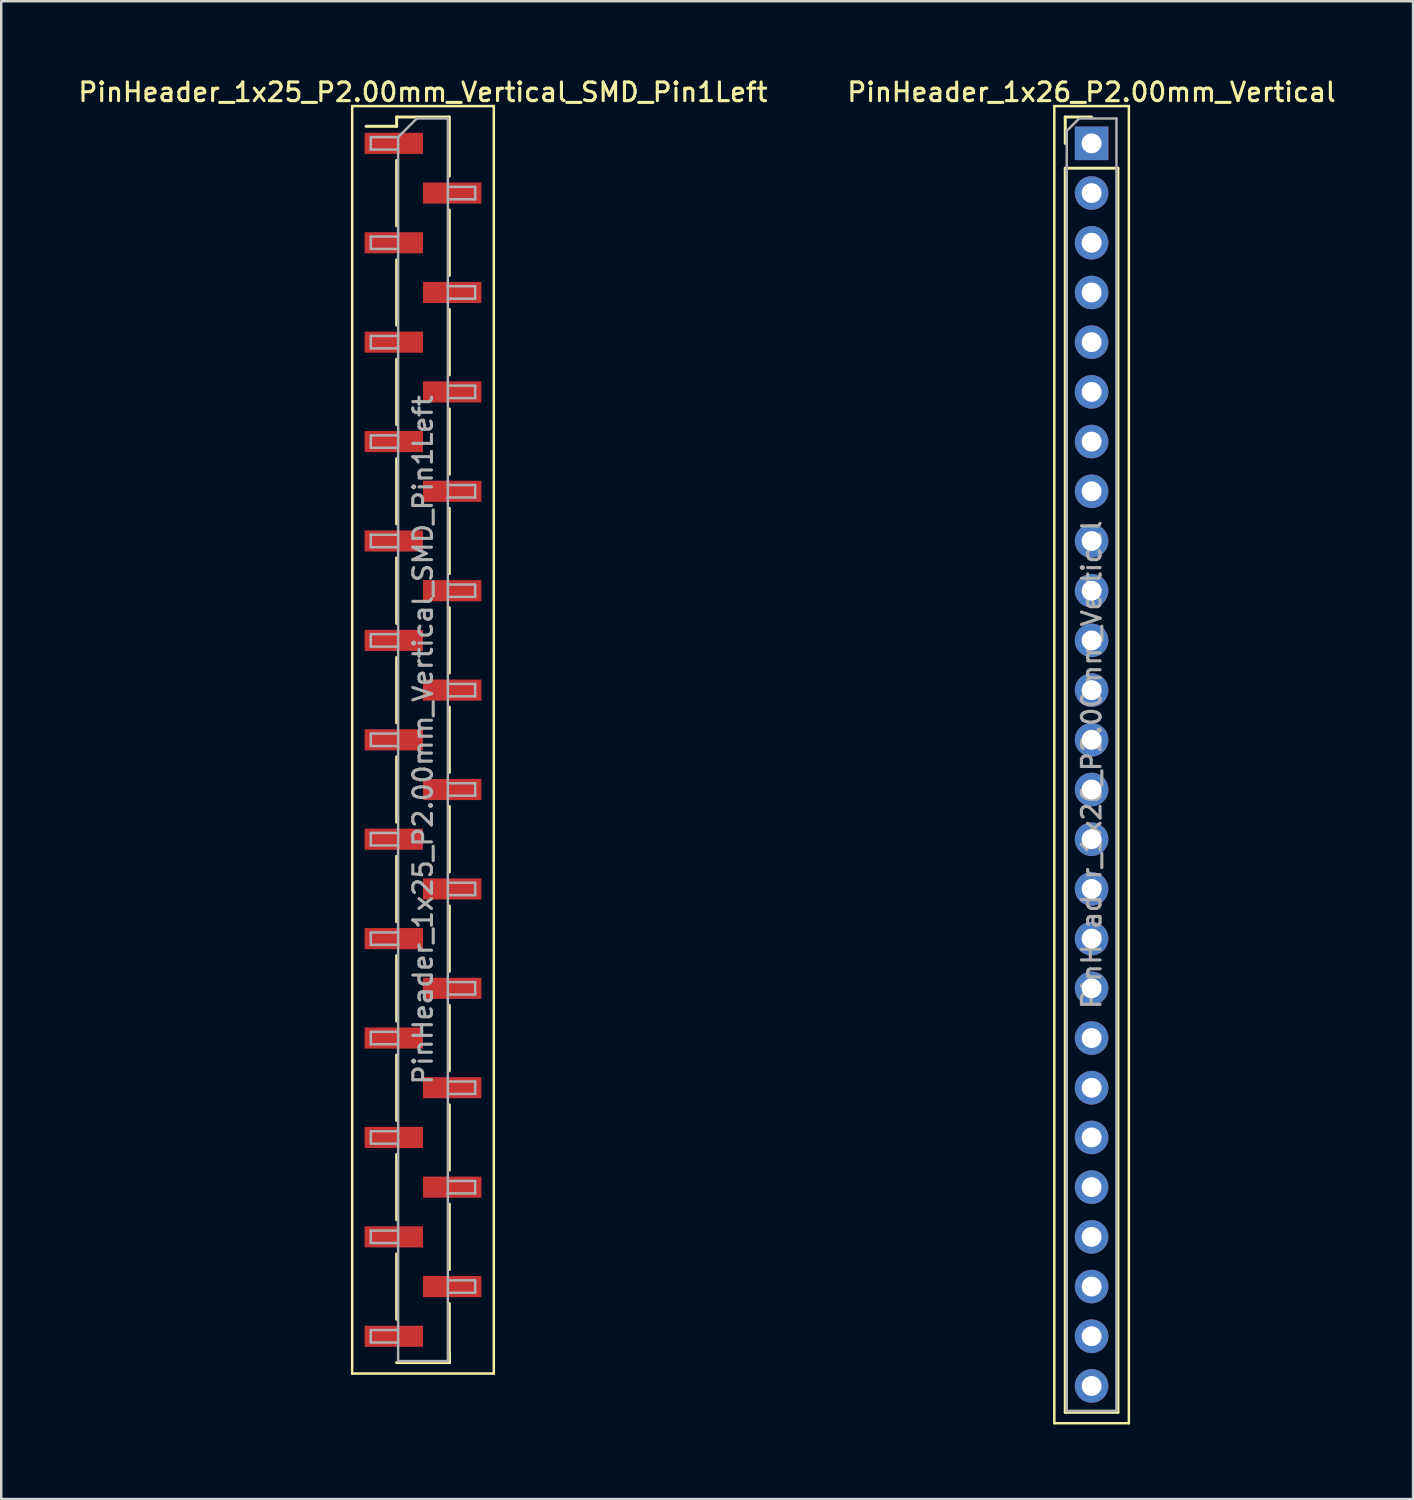
<source format=kicad_pcb>
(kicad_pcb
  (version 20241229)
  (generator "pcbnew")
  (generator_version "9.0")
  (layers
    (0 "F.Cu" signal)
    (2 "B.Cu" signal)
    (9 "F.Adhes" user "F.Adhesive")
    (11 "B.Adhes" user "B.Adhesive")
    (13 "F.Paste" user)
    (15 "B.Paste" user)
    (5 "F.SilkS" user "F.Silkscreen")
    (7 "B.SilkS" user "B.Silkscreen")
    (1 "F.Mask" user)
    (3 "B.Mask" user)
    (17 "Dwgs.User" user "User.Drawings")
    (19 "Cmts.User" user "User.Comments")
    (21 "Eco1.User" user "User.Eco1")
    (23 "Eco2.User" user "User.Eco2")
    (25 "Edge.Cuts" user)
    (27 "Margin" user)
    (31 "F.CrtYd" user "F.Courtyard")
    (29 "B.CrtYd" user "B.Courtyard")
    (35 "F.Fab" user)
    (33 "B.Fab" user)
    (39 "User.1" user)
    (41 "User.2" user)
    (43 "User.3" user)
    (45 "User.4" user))
  (footprint "PinHeader_1x25_P2.00mm_Vertical_SMD_Pin1Left"
    (layer "F.Cu")
    (at 13.97 26.718)
    (property "Reference" "PinHeader_1x25_P2.00mm_Vertical_SMD_Pin1Left" (at 0 -26.06 0) (layer "F.SilkS") (effects (font (size 0.75 0.75) (thickness 0.125))))
    (attr smd)
    (fp_line (start -2.85 -25.5) (end -2.85 25.5) (stroke (width 0.1) (type solid)) (layer "F.SilkS"))
    (fp_line (start -2.85 25.5) (end 2.85 25.5) (stroke (width 0.1) (type solid)) (layer "F.SilkS"))
    (fp_line (start -1.06 -25.06) (end -1.06 -24.685) (stroke (width 0.12) (type solid)) (layer "F.SilkS"))
    (fp_line (start -1.06 -25.06) (end 1.06 -25.06) (stroke (width 0.12) (type solid)) (layer "F.SilkS"))
    (fp_line (start -1.06 -24.685) (end -2.29 -24.685) (stroke (width 0.12) (type solid)) (layer "F.SilkS"))
    (fp_line (start -1.06 -23.315) (end -1.06 -20.685) (stroke (width 0.12) (type solid)) (layer "F.SilkS"))
    (fp_line (start -1.06 -19.315) (end -1.06 -16.685) (stroke (width 0.12) (type solid)) (layer "F.SilkS"))
    (fp_line (start -1.06 -15.315) (end -1.06 -12.685) (stroke (width 0.12) (type solid)) (layer "F.SilkS"))
    (fp_line (start -1.06 -11.315) (end -1.06 -8.685) (stroke (width 0.12) (type solid)) (layer "F.SilkS"))
    (fp_line (start -1.06 -7.315) (end -1.06 -4.685) (stroke (width 0.12) (type solid)) (layer "F.SilkS"))
    (fp_line (start -1.06 -3.315) (end -1.06 -0.685) (stroke (width 0.12) (type solid)) (layer "F.SilkS"))
    (fp_line (start -1.06 0.685) (end -1.06 3.315) (stroke (width 0.12) (type solid)) (layer "F.SilkS"))
    (fp_line (start -1.06 4.685) (end -1.06 7.315) (stroke (width 0.12) (type solid)) (layer "F.SilkS"))
    (fp_line (start -1.06 8.685) (end -1.06 11.315) (stroke (width 0.12) (type solid)) (layer "F.SilkS"))
    (fp_line (start -1.06 12.685) (end -1.06 15.315) (stroke (width 0.12) (type solid)) (layer "F.SilkS"))
    (fp_line (start -1.06 16.685) (end -1.06 19.315) (stroke (width 0.12) (type solid)) (layer "F.SilkS"))
    (fp_line (start -1.06 20.685) (end -1.06 23.315) (stroke (width 0.12) (type solid)) (layer "F.SilkS"))
    (fp_line (start -1.06 25.06) (end 1.06 25.06) (stroke (width 0.12) (type solid)) (layer "F.SilkS"))
    (fp_line (start 1.06 -25.06) (end 1.06 -22.685) (stroke (width 0.12) (type solid)) (layer "F.SilkS"))
    (fp_line (start 1.06 -21.315) (end 1.06 -18.685) (stroke (width 0.12) (type solid)) (layer "F.SilkS"))
    (fp_line (start 1.06 -17.315) (end 1.06 -14.685) (stroke (width 0.12) (type solid)) (layer "F.SilkS"))
    (fp_line (start 1.06 -13.315) (end 1.06 -10.685) (stroke (width 0.12) (type solid)) (layer "F.SilkS"))
    (fp_line (start 1.06 -9.315) (end 1.06 -6.685) (stroke (width 0.12) (type solid)) (layer "F.SilkS"))
    (fp_line (start 1.06 -5.315) (end 1.06 -2.685) (stroke (width 0.12) (type solid)) (layer "F.SilkS"))
    (fp_line (start 1.06 -1.315) (end 1.06 1.315) (stroke (width 0.12) (type solid)) (layer "F.SilkS"))
    (fp_line (start 1.06 2.685) (end 1.06 5.315) (stroke (width 0.12) (type solid)) (layer "F.SilkS"))
    (fp_line (start 1.06 6.685) (end 1.06 9.315) (stroke (width 0.12) (type solid)) (layer "F.SilkS"))
    (fp_line (start 1.06 10.685) (end 1.06 13.315) (stroke (width 0.12) (type solid)) (layer "F.SilkS"))
    (fp_line (start 1.06 14.685) (end 1.06 17.315) (stroke (width 0.12) (type solid)) (layer "F.SilkS"))
    (fp_line (start 1.06 18.685) (end 1.06 21.315) (stroke (width 0.12) (type solid)) (layer "F.SilkS"))
    (fp_line (start 1.06 22.685) (end 1.06 25.06) (stroke (width 0.12) (type solid)) (layer "F.SilkS"))
    (fp_line (start 1.06 24.685) (end 1.06 25.06) (stroke (width 0.12) (type solid)) (layer "F.SilkS"))
    (fp_line (start 2.85 -25.5) (end -2.85 -25.5) (stroke (width 0.1) (type solid)) (layer "F.SilkS"))
    (fp_line (start 2.85 25.5) (end 2.85 -25.5) (stroke (width 0.1) (type solid)) (layer "F.SilkS"))
    (fp_line (start -2.1 -24.25) (end -2.1 -23.75) (stroke (width 0.1) (type solid)) (layer "F.Fab"))
    (fp_line (start -2.1 -23.75) (end -1 -23.75) (stroke (width 0.1) (type solid)) (layer "F.Fab"))
    (fp_line (start -2.1 -20.25) (end -2.1 -19.75) (stroke (width 0.1) (type solid)) (layer "F.Fab"))
    (fp_line (start -2.1 -19.75) (end -1 -19.75) (stroke (width 0.1) (type solid)) (layer "F.Fab"))
    (fp_line (start -2.1 -16.25) (end -2.1 -15.75) (stroke (width 0.1) (type solid)) (layer "F.Fab"))
    (fp_line (start -2.1 -15.75) (end -1 -15.75) (stroke (width 0.1) (type solid)) (layer "F.Fab"))
    (fp_line (start -2.1 -12.25) (end -2.1 -11.75) (stroke (width 0.1) (type solid)) (layer "F.Fab"))
    (fp_line (start -2.1 -11.75) (end -1 -11.75) (stroke (width 0.1) (type solid)) (layer "F.Fab"))
    (fp_line (start -2.1 -8.25) (end -2.1 -7.75) (stroke (width 0.1) (type solid)) (layer "F.Fab"))
    (fp_line (start -2.1 -7.75) (end -1 -7.75) (stroke (width 0.1) (type solid)) (layer "F.Fab"))
    (fp_line (start -2.1 -4.25) (end -2.1 -3.75) (stroke (width 0.1) (type solid)) (layer "F.Fab"))
    (fp_line (start -2.1 -3.75) (end -1 -3.75) (stroke (width 0.1) (type solid)) (layer "F.Fab"))
    (fp_line (start -2.1 -0.25) (end -2.1 0.25) (stroke (width 0.1) (type solid)) (layer "F.Fab"))
    (fp_line (start -2.1 0.25) (end -1 0.25) (stroke (width 0.1) (type solid)) (layer "F.Fab"))
    (fp_line (start -2.1 3.75) (end -2.1 4.25) (stroke (width 0.1) (type solid)) (layer "F.Fab"))
    (fp_line (start -2.1 4.25) (end -1 4.25) (stroke (width 0.1) (type solid)) (layer "F.Fab"))
    (fp_line (start -2.1 7.75) (end -2.1 8.25) (stroke (width 0.1) (type solid)) (layer "F.Fab"))
    (fp_line (start -2.1 8.25) (end -1 8.25) (stroke (width 0.1) (type solid)) (layer "F.Fab"))
    (fp_line (start -2.1 11.75) (end -2.1 12.25) (stroke (width 0.1) (type solid)) (layer "F.Fab"))
    (fp_line (start -2.1 12.25) (end -1 12.25) (stroke (width 0.1) (type solid)) (layer "F.Fab"))
    (fp_line (start -2.1 15.75) (end -2.1 16.25) (stroke (width 0.1) (type solid)) (layer "F.Fab"))
    (fp_line (start -2.1 16.25) (end -1 16.25) (stroke (width 0.1) (type solid)) (layer "F.Fab"))
    (fp_line (start -2.1 19.75) (end -2.1 20.25) (stroke (width 0.1) (type solid)) (layer "F.Fab"))
    (fp_line (start -2.1 20.25) (end -1 20.25) (stroke (width 0.1) (type solid)) (layer "F.Fab"))
    (fp_line (start -2.1 23.75) (end -2.1 24.25) (stroke (width 0.1) (type solid)) (layer "F.Fab"))
    (fp_line (start -2.1 24.25) (end -1 24.25) (stroke (width 0.1) (type solid)) (layer "F.Fab"))
    (fp_line (start -1 -24.25) (end -2.1 -24.25) (stroke (width 0.1) (type solid)) (layer "F.Fab"))
    (fp_line (start -1 -24.25) (end -0.25 -25) (stroke (width 0.1) (type solid)) (layer "F.Fab"))
    (fp_line (start -1 -20.25) (end -2.1 -20.25) (stroke (width 0.1) (type solid)) (layer "F.Fab"))
    (fp_line (start -1 -16.25) (end -2.1 -16.25) (stroke (width 0.1) (type solid)) (layer "F.Fab"))
    (fp_line (start -1 -12.25) (end -2.1 -12.25) (stroke (width 0.1) (type solid)) (layer "F.Fab"))
    (fp_line (start -1 -8.25) (end -2.1 -8.25) (stroke (width 0.1) (type solid)) (layer "F.Fab"))
    (fp_line (start -1 -4.25) (end -2.1 -4.25) (stroke (width 0.1) (type solid)) (layer "F.Fab"))
    (fp_line (start -1 -0.25) (end -2.1 -0.25) (stroke (width 0.1) (type solid)) (layer "F.Fab"))
    (fp_line (start -1 3.75) (end -2.1 3.75) (stroke (width 0.1) (type solid)) (layer "F.Fab"))
    (fp_line (start -1 7.75) (end -2.1 7.75) (stroke (width 0.1) (type solid)) (layer "F.Fab"))
    (fp_line (start -1 11.75) (end -2.1 11.75) (stroke (width 0.1) (type solid)) (layer "F.Fab"))
    (fp_line (start -1 15.75) (end -2.1 15.75) (stroke (width 0.1) (type solid)) (layer "F.Fab"))
    (fp_line (start -1 19.75) (end -2.1 19.75) (stroke (width 0.1) (type solid)) (layer "F.Fab"))
    (fp_line (start -1 23.75) (end -2.1 23.75) (stroke (width 0.1) (type solid)) (layer "F.Fab"))
    (fp_line (start -1 25) (end -1 -24.25) (stroke (width 0.1) (type solid)) (layer "F.Fab"))
    (fp_line (start -0.25 -25) (end 1 -25) (stroke (width 0.1) (type solid)) (layer "F.Fab"))
    (fp_line (start 1 -25) (end 1 25) (stroke (width 0.1) (type solid)) (layer "F.Fab"))
    (fp_line (start 1 -22.25) (end 2.1 -22.25) (stroke (width 0.1) (type solid)) (layer "F.Fab"))
    (fp_line (start 1 -18.25) (end 2.1 -18.25) (stroke (width 0.1) (type solid)) (layer "F.Fab"))
    (fp_line (start 1 -14.25) (end 2.1 -14.25) (stroke (width 0.1) (type solid)) (layer "F.Fab"))
    (fp_line (start 1 -10.25) (end 2.1 -10.25) (stroke (width 0.1) (type solid)) (layer "F.Fab"))
    (fp_line (start 1 -6.25) (end 2.1 -6.25) (stroke (width 0.1) (type solid)) (layer "F.Fab"))
    (fp_line (start 1 -2.25) (end 2.1 -2.25) (stroke (width 0.1) (type solid)) (layer "F.Fab"))
    (fp_line (start 1 1.75) (end 2.1 1.75) (stroke (width 0.1) (type solid)) (layer "F.Fab"))
    (fp_line (start 1 5.75) (end 2.1 5.75) (stroke (width 0.1) (type solid)) (layer "F.Fab"))
    (fp_line (start 1 9.75) (end 2.1 9.75) (stroke (width 0.1) (type solid)) (layer "F.Fab"))
    (fp_line (start 1 13.75) (end 2.1 13.75) (stroke (width 0.1) (type solid)) (layer "F.Fab"))
    (fp_line (start 1 17.75) (end 2.1 17.75) (stroke (width 0.1) (type solid)) (layer "F.Fab"))
    (fp_line (start 1 21.75) (end 2.1 21.75) (stroke (width 0.1) (type solid)) (layer "F.Fab"))
    (fp_line (start 1 25) (end -1 25) (stroke (width 0.1) (type solid)) (layer "F.Fab"))
    (fp_line (start 2.1 -22.25) (end 2.1 -21.75) (stroke (width 0.1) (type solid)) (layer "F.Fab"))
    (fp_line (start 2.1 -21.75) (end 1 -21.75) (stroke (width 0.1) (type solid)) (layer "F.Fab"))
    (fp_line (start 2.1 -18.25) (end 2.1 -17.75) (stroke (width 0.1) (type solid)) (layer "F.Fab"))
    (fp_line (start 2.1 -17.75) (end 1 -17.75) (stroke (width 0.1) (type solid)) (layer "F.Fab"))
    (fp_line (start 2.1 -14.25) (end 2.1 -13.75) (stroke (width 0.1) (type solid)) (layer "F.Fab"))
    (fp_line (start 2.1 -13.75) (end 1 -13.75) (stroke (width 0.1) (type solid)) (layer "F.Fab"))
    (fp_line (start 2.1 -10.25) (end 2.1 -9.75) (stroke (width 0.1) (type solid)) (layer "F.Fab"))
    (fp_line (start 2.1 -9.75) (end 1 -9.75) (stroke (width 0.1) (type solid)) (layer "F.Fab"))
    (fp_line (start 2.1 -6.25) (end 2.1 -5.75) (stroke (width 0.1) (type solid)) (layer "F.Fab"))
    (fp_line (start 2.1 -5.75) (end 1 -5.75) (stroke (width 0.1) (type solid)) (layer "F.Fab"))
    (fp_line (start 2.1 -2.25) (end 2.1 -1.75) (stroke (width 0.1) (type solid)) (layer "F.Fab"))
    (fp_line (start 2.1 -1.75) (end 1 -1.75) (stroke (width 0.1) (type solid)) (layer "F.Fab"))
    (fp_line (start 2.1 1.75) (end 2.1 2.25) (stroke (width 0.1) (type solid)) (layer "F.Fab"))
    (fp_line (start 2.1 2.25) (end 1 2.25) (stroke (width 0.1) (type solid)) (layer "F.Fab"))
    (fp_line (start 2.1 5.75) (end 2.1 6.25) (stroke (width 0.1) (type solid)) (layer "F.Fab"))
    (fp_line (start 2.1 6.25) (end 1 6.25) (stroke (width 0.1) (type solid)) (layer "F.Fab"))
    (fp_line (start 2.1 9.75) (end 2.1 10.25) (stroke (width 0.1) (type solid)) (layer "F.Fab"))
    (fp_line (start 2.1 10.25) (end 1 10.25) (stroke (width 0.1) (type solid)) (layer "F.Fab"))
    (fp_line (start 2.1 13.75) (end 2.1 14.25) (stroke (width 0.1) (type solid)) (layer "F.Fab"))
    (fp_line (start 2.1 14.25) (end 1 14.25) (stroke (width 0.1) (type solid)) (layer "F.Fab"))
    (fp_line (start 2.1 17.75) (end 2.1 18.25) (stroke (width 0.1) (type solid)) (layer "F.Fab"))
    (fp_line (start 2.1 18.25) (end 1 18.25) (stroke (width 0.1) (type solid)) (layer "F.Fab"))
    (fp_line (start 2.1 21.75) (end 2.1 22.25) (stroke (width 0.1) (type solid)) (layer "F.Fab"))
    (fp_line (start 2.1 22.25) (end 1 22.25) (stroke (width 0.1) (type solid)) (layer "F.Fab"))
    (fp_text user "${REFERENCE}" (at 0 0 90) (layer "F.Fab") (effects (font (size 0.75 0.75) (thickness 0.125))))
    (pad "1" smd rect (at -1.175 -24) (size 2.35 0.85) (layers "F.Cu" "F.Mask" "F.Paste"))
    (pad "2" smd rect (at 1.175 -22) (size 2.35 0.85) (layers "F.Cu" "F.Mask" "F.Paste"))
    (pad "3" smd rect (at -1.175 -20) (size 2.35 0.85) (layers "F.Cu" "F.Mask" "F.Paste"))
    (pad "4" smd rect (at 1.175 -18) (size 2.35 0.85) (layers "F.Cu" "F.Mask" "F.Paste"))
    (pad "5" smd rect (at -1.175 -16) (size 2.35 0.85) (layers "F.Cu" "F.Mask" "F.Paste"))
    (pad "6" smd rect (at 1.175 -14) (size 2.35 0.85) (layers "F.Cu" "F.Mask" "F.Paste"))
    (pad "7" smd rect (at -1.175 -12) (size 2.35 0.85) (layers "F.Cu" "F.Mask" "F.Paste"))
    (pad "8" smd rect (at 1.175 -10) (size 2.35 0.85) (layers "F.Cu" "F.Mask" "F.Paste"))
    (pad "9" smd rect (at -1.175 -8) (size 2.35 0.85) (layers "F.Cu" "F.Mask" "F.Paste"))
    (pad "10" smd rect (at 1.175 -6) (size 2.35 0.85) (layers "F.Cu" "F.Mask" "F.Paste"))
    (pad "11" smd rect (at -1.175 -4) (size 2.35 0.85) (layers "F.Cu" "F.Mask" "F.Paste"))
    (pad "12" smd rect (at 1.175 -2) (size 2.35 0.85) (layers "F.Cu" "F.Mask" "F.Paste"))
    (pad "13" smd rect (at -1.175 0) (size 2.35 0.85) (layers "F.Cu" "F.Mask" "F.Paste"))
    (pad "14" smd rect (at 1.175 2) (size 2.35 0.85) (layers "F.Cu" "F.Mask" "F.Paste"))
    (pad "15" smd rect (at -1.175 4) (size 2.35 0.85) (layers "F.Cu" "F.Mask" "F.Paste"))
    (pad "16" smd rect (at 1.175 6) (size 2.35 0.85) (layers "F.Cu" "F.Mask" "F.Paste"))
    (pad "17" smd rect (at -1.175 8) (size 2.35 0.85) (layers "F.Cu" "F.Mask" "F.Paste"))
    (pad "18" smd rect (at 1.175 10) (size 2.35 0.85) (layers "F.Cu" "F.Mask" "F.Paste"))
    (pad "19" smd rect (at -1.175 12) (size 2.35 0.85) (layers "F.Cu" "F.Mask" "F.Paste"))
    (pad "20" smd rect (at 1.175 14) (size 2.35 0.85) (layers "F.Cu" "F.Mask" "F.Paste"))
    (pad "21" smd rect (at -1.175 16) (size 2.35 0.85) (layers "F.Cu" "F.Mask" "F.Paste"))
    (pad "22" smd rect (at 1.175 18) (size 2.35 0.85) (layers "F.Cu" "F.Mask" "F.Paste"))
    (pad "23" smd rect (at -1.175 20) (size 2.35 0.85) (layers "F.Cu" "F.Mask" "F.Paste"))
    (pad "24" smd rect (at 1.175 22) (size 2.35 0.85) (layers "F.Cu" "F.Mask" "F.Paste"))
    (pad "25" smd rect (at -1.175 24) (size 2.35 0.85) (layers "F.Cu" "F.Mask" "F.Paste")))
  (footprint "PinHeader_1x26_P2.00mm_Vertical"
    (layer "F.Cu")
    (at 40.873 2.718)
    (property "Reference" "PinHeader_1x26_P2.00mm_Vertical" (at 0 -2.06 0) (layer "F.SilkS") (effects (font (size 0.75 0.75) (thickness 0.125))))
    (attr through_hole)
    (fp_line (start -1.5 -1.5) (end -1.5 51.5) (stroke (width 0.1) (type solid)) (layer "F.SilkS"))
    (fp_line (start -1.5 51.5) (end 1.5 51.5) (stroke (width 0.1) (type solid)) (layer "F.SilkS"))
    (fp_line (start -1.06 -1.06) (end 0 -1.06) (stroke (width 0.12) (type solid)) (layer "F.SilkS"))
    (fp_line (start -1.06 0) (end -1.06 -1.06) (stroke (width 0.12) (type solid)) (layer "F.SilkS"))
    (fp_line (start -1.06 1) (end -1.06 51.06) (stroke (width 0.12) (type solid)) (layer "F.SilkS"))
    (fp_line (start -1.06 1) (end 1.06 1) (stroke (width 0.12) (type solid)) (layer "F.SilkS"))
    (fp_line (start -1.06 51.06) (end 1.06 51.06) (stroke (width 0.12) (type solid)) (layer "F.SilkS"))
    (fp_line (start 1.06 1) (end 1.06 51.06) (stroke (width 0.12) (type solid)) (layer "F.SilkS"))
    (fp_line (start 1.5 -1.5) (end -1.5 -1.5) (stroke (width 0.1) (type solid)) (layer "F.SilkS"))
    (fp_line (start 1.5 51.5) (end 1.5 -1.5) (stroke (width 0.1) (type solid)) (layer "F.SilkS"))
    (fp_line (start -1 -0.5) (end -0.5 -1) (stroke (width 0.1) (type solid)) (layer "F.Fab"))
    (fp_line (start -1 51) (end -1 -0.5) (stroke (width 0.1) (type solid)) (layer "F.Fab"))
    (fp_line (start -0.5 -1) (end 1 -1) (stroke (width 0.1) (type solid)) (layer "F.Fab"))
    (fp_line (start 1 -1) (end 1 51) (stroke (width 0.1) (type solid)) (layer "F.Fab"))
    (fp_line (start 1 51) (end -1 51) (stroke (width 0.1) (type solid)) (layer "F.Fab"))
    (fp_text user "${REFERENCE}" (at 0 25 90) (layer "F.Fab") (effects (font (size 0.75 0.75) (thickness 0.125))))
    (pad "1" thru_hole rect (at 0 0) (size 1.35 1.35) (drill 0.8) (layers "*.Cu" "*.Mask"))
    (pad "2" thru_hole oval (at 0 2) (size 1.35 1.35) (drill 0.8) (layers "*.Cu" "*.Mask"))
    (pad "3" thru_hole oval (at 0 4) (size 1.35 1.35) (drill 0.8) (layers "*.Cu" "*.Mask"))
    (pad "4" thru_hole oval (at 0 6) (size 1.35 1.35) (drill 0.8) (layers "*.Cu" "*.Mask"))
    (pad "5" thru_hole oval (at 0 8) (size 1.35 1.35) (drill 0.8) (layers "*.Cu" "*.Mask"))
    (pad "6" thru_hole oval (at 0 10) (size 1.35 1.35) (drill 0.8) (layers "*.Cu" "*.Mask"))
    (pad "7" thru_hole oval (at 0 12) (size 1.35 1.35) (drill 0.8) (layers "*.Cu" "*.Mask"))
    (pad "8" thru_hole oval (at 0 14) (size 1.35 1.35) (drill 0.8) (layers "*.Cu" "*.Mask"))
    (pad "9" thru_hole oval (at 0 16) (size 1.35 1.35) (drill 0.8) (layers "*.Cu" "*.Mask"))
    (pad "10" thru_hole oval (at 0 18) (size 1.35 1.35) (drill 0.8) (layers "*.Cu" "*.Mask"))
    (pad "11" thru_hole oval (at 0 20) (size 1.35 1.35) (drill 0.8) (layers "*.Cu" "*.Mask"))
    (pad "12" thru_hole oval (at 0 22) (size 1.35 1.35) (drill 0.8) (layers "*.Cu" "*.Mask"))
    (pad "13" thru_hole oval (at 0 24) (size 1.35 1.35) (drill 0.8) (layers "*.Cu" "*.Mask"))
    (pad "14" thru_hole oval (at 0 26) (size 1.35 1.35) (drill 0.8) (layers "*.Cu" "*.Mask"))
    (pad "15" thru_hole oval (at 0 28) (size 1.35 1.35) (drill 0.8) (layers "*.Cu" "*.Mask"))
    (pad "16" thru_hole oval (at 0 30) (size 1.35 1.35) (drill 0.8) (layers "*.Cu" "*.Mask"))
    (pad "17" thru_hole oval (at 0 32) (size 1.35 1.35) (drill 0.8) (layers "*.Cu" "*.Mask"))
    (pad "18" thru_hole oval (at 0 34) (size 1.35 1.35) (drill 0.8) (layers "*.Cu" "*.Mask"))
    (pad "19" thru_hole oval (at 0 36) (size 1.35 1.35) (drill 0.8) (layers "*.Cu" "*.Mask"))
    (pad "20" thru_hole oval (at 0 38) (size 1.35 1.35) (drill 0.8) (layers "*.Cu" "*.Mask"))
    (pad "21" thru_hole oval (at 0 40) (size 1.35 1.35) (drill 0.8) (layers "*.Cu" "*.Mask"))
    (pad "22" thru_hole oval (at 0 42) (size 1.35 1.35) (drill 0.8) (layers "*.Cu" "*.Mask"))
    (pad "23" thru_hole oval (at 0 44) (size 1.35 1.35) (drill 0.8) (layers "*.Cu" "*.Mask"))
    (pad "24" thru_hole oval (at 0 46) (size 1.35 1.35) (drill 0.8) (layers "*.Cu" "*.Mask"))
    (pad "25" thru_hole oval (at 0 48) (size 1.35 1.35) (drill 0.8) (layers "*.Cu" "*.Mask"))
    (pad "26" thru_hole oval (at 0 50) (size 1.35 1.35) (drill 0.8) (layers "*.Cu" "*.Mask")))
  (gr_rect
    (start -3 -3)
    (end 53.807 57.268)
    (stroke (width 0.1) (type default))
    (fill no)
    (layer "Edge.Cuts")))
</source>
